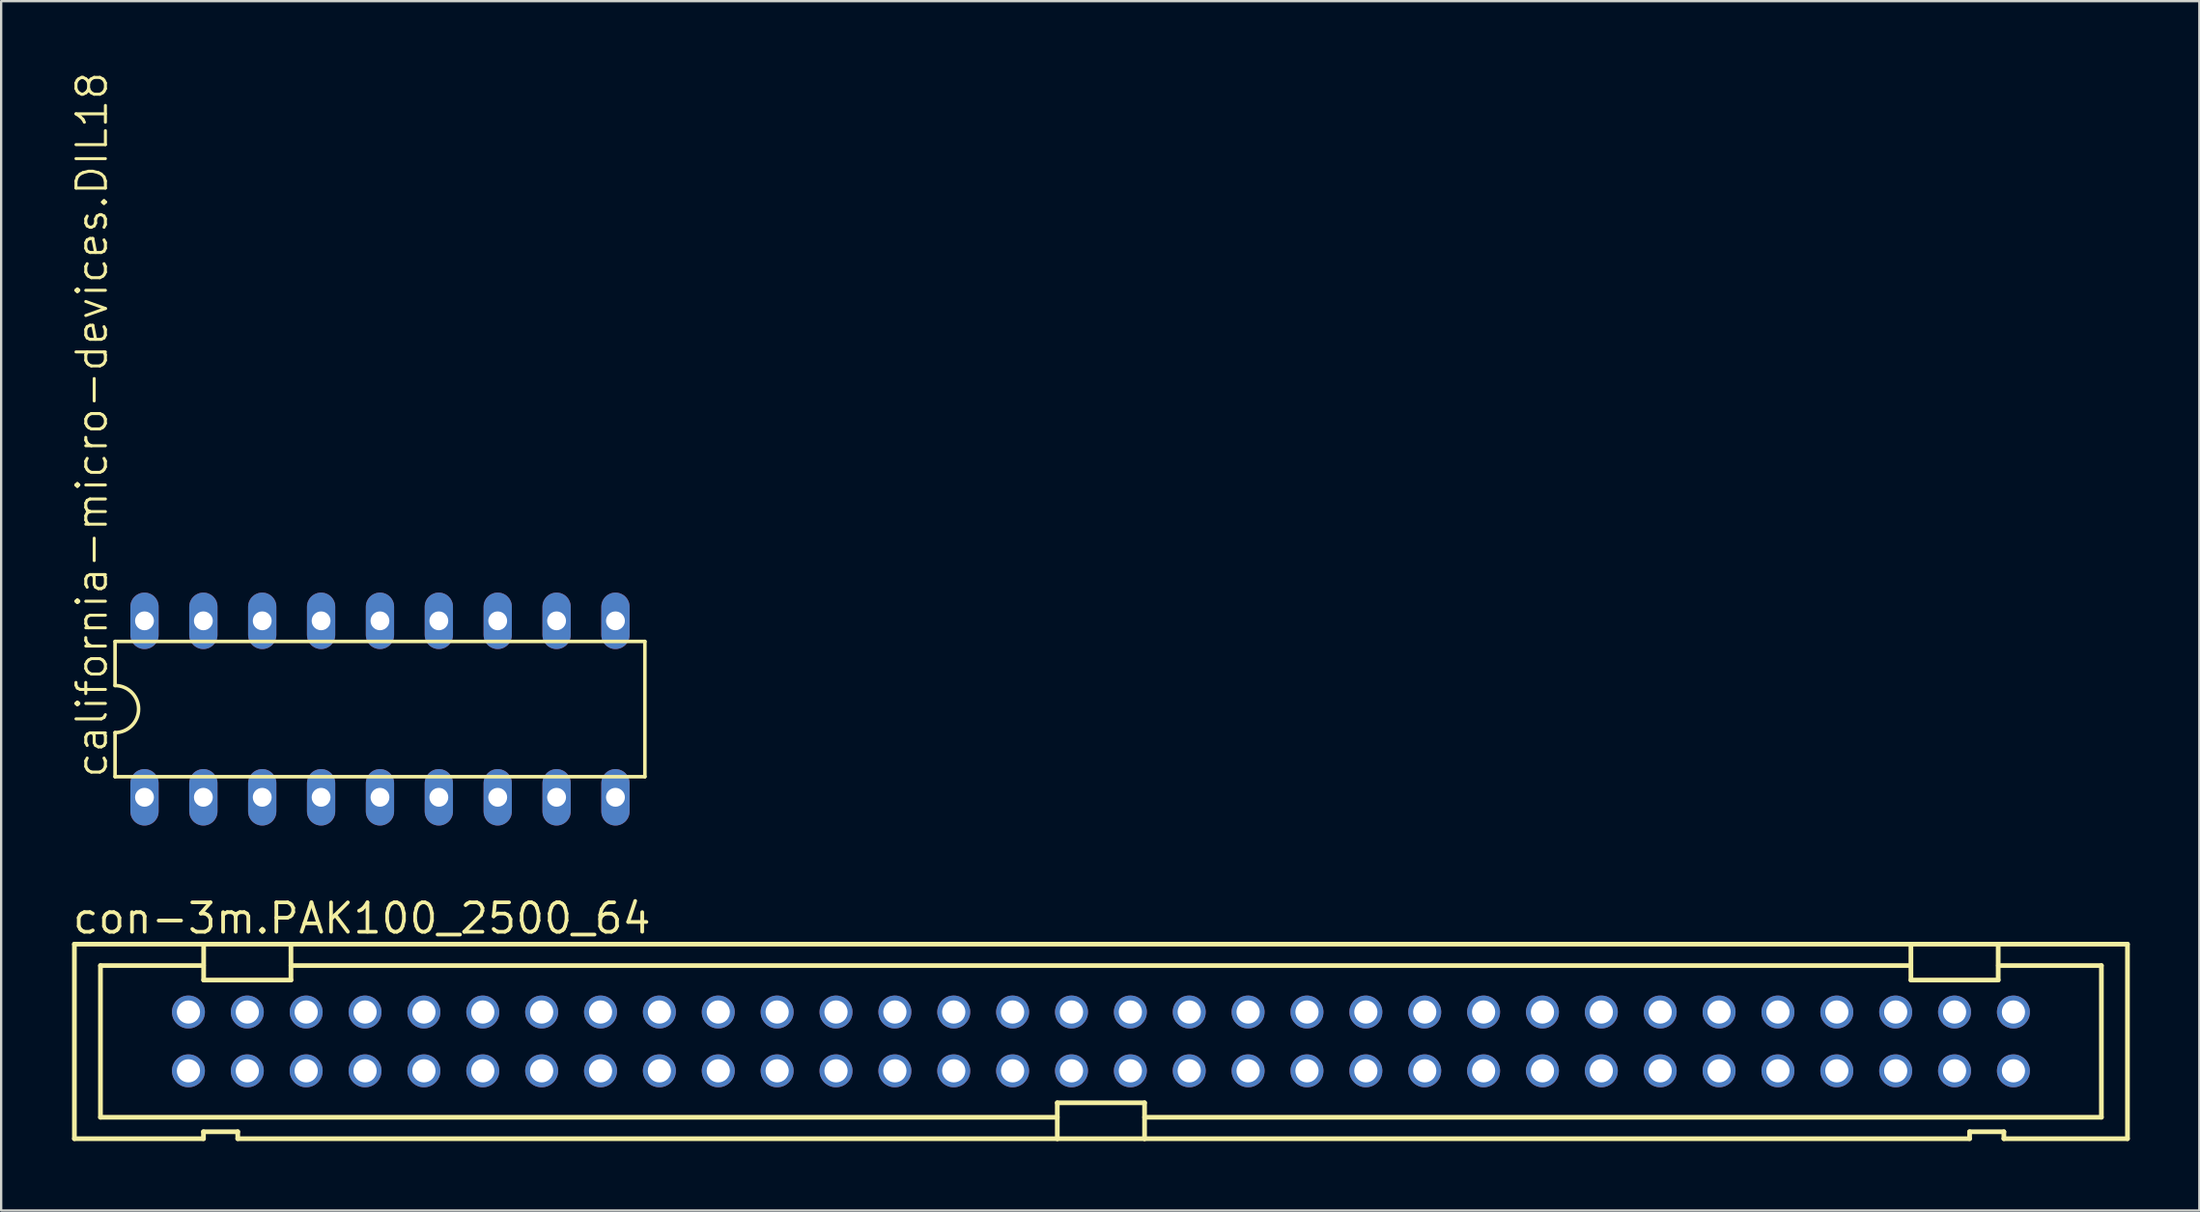
<source format=kicad_pcb>
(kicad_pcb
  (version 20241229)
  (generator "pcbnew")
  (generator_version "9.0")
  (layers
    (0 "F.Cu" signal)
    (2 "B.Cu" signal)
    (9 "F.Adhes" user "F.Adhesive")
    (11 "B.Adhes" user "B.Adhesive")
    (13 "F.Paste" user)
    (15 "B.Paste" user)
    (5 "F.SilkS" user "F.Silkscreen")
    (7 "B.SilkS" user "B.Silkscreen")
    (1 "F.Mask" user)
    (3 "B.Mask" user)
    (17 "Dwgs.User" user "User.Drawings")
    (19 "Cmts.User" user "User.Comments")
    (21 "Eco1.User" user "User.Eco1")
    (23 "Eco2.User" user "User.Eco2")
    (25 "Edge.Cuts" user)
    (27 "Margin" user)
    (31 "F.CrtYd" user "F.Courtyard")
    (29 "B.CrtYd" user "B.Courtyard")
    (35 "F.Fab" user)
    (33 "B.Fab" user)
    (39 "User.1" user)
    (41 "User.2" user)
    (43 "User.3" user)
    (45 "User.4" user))
  (footprint "con-3m.PAK100_2500_64"
    (layer "F.Cu")
    (at 44.45 41.919)
    (property "Reference" "con-3m.PAK100_2500_64" (at -44.45 -4.572 0) (layer "F.SilkS") (effects (font (size 1.27 1.27) (thickness 0.16)) (justify left bottom)))
    (attr through_hole)
    (fp_line (start -44.29 -4.2) (end -38.713 -4.2) (stroke (width 0.203) (type default)) (layer "F.SilkS"))
    (fp_line (start -44.29 4.2) (end -44.29 -4.2) (stroke (width 0.203) (type default)) (layer "F.SilkS"))
    (fp_line (start -43.165 -3.275) (end -38.72 -3.275) (stroke (width 0.203) (type default)) (layer "F.SilkS"))
    (fp_line (start -43.165 3.275) (end -43.165 -3.275) (stroke (width 0.203) (type default)) (layer "F.SilkS"))
    (fp_line (start -38.721 3.9) (end -38.721 4.2) (stroke (width 0.203) (type default)) (layer "F.SilkS"))
    (fp_line (start -38.721 4.2) (end -44.29 4.2) (stroke (width 0.203) (type default)) (layer "F.SilkS"))
    (fp_line (start -38.713 -4.2) (end -38.713 -2.65) (stroke (width 0.203) (type default)) (layer "F.SilkS"))
    (fp_line (start -38.713 -4.2) (end -34.947 -4.2) (stroke (width 0.203) (type default)) (layer "F.SilkS"))
    (fp_line (start -38.713 -2.65) (end -34.947 -2.65) (stroke (width 0.203) (type default)) (layer "F.SilkS"))
    (fp_line (start -37.242 3.9) (end -38.721 3.9) (stroke (width 0.203) (type default)) (layer "F.SilkS"))
    (fp_line (start -37.242 4.2) (end -37.242 3.9) (stroke (width 0.203) (type default)) (layer "F.SilkS"))
    (fp_line (start -34.947 -4.2) (end 34.947 -4.2) (stroke (width 0.203) (type default)) (layer "F.SilkS"))
    (fp_line (start -34.947 -2.65) (end -34.947 -4.2) (stroke (width 0.203) (type default)) (layer "F.SilkS"))
    (fp_line (start -34.945 -3.275) (end 34.945 -3.275) (stroke (width 0.203) (type default)) (layer "F.SilkS"))
    (fp_line (start -1.883 2.65) (end -1.883 4.2) (stroke (width 0.203) (type default)) (layer "F.SilkS"))
    (fp_line (start -1.883 3.275) (end -43.165 3.275) (stroke (width 0.203) (type default)) (layer "F.SilkS"))
    (fp_line (start -1.883 4.2) (end -37.242 4.2) (stroke (width 0.203) (type default)) (layer "F.SilkS"))
    (fp_line (start 1.883 2.65) (end -1.883 2.65) (stroke (width 0.203) (type default)) (layer "F.SilkS"))
    (fp_line (start 1.883 4.2) (end -1.883 4.2) (stroke (width 0.203) (type default)) (layer "F.SilkS"))
    (fp_line (start 1.883 4.2) (end 1.883 2.65) (stroke (width 0.203) (type default)) (layer "F.SilkS"))
    (fp_line (start 34.947 -4.2) (end 34.947 -2.65) (stroke (width 0.203) (type default)) (layer "F.SilkS"))
    (fp_line (start 34.947 -4.2) (end 38.713 -4.2) (stroke (width 0.203) (type default)) (layer "F.SilkS"))
    (fp_line (start 34.947 -2.65) (end 38.713 -2.65) (stroke (width 0.203) (type default)) (layer "F.SilkS"))
    (fp_line (start 37.479 3.9) (end 37.479 4.2) (stroke (width 0.203) (type default)) (layer "F.SilkS"))
    (fp_line (start 37.479 4.2) (end 1.883 4.2) (stroke (width 0.203) (type default)) (layer "F.SilkS"))
    (fp_line (start 38.713 -4.2) (end 44.29 -4.2) (stroke (width 0.203) (type default)) (layer "F.SilkS"))
    (fp_line (start 38.713 -2.65) (end 38.713 -4.2) (stroke (width 0.203) (type default)) (layer "F.SilkS"))
    (fp_line (start 38.72 -3.275) (end 43.165 -3.275) (stroke (width 0.203) (type default)) (layer "F.SilkS"))
    (fp_line (start 38.958 3.9) (end 37.479 3.9) (stroke (width 0.203) (type default)) (layer "F.SilkS"))
    (fp_line (start 38.958 4.2) (end 38.958 3.9) (stroke (width 0.203) (type default)) (layer "F.SilkS"))
    (fp_line (start 43.165 -3.275) (end 43.165 3.275) (stroke (width 0.203) (type default)) (layer "F.SilkS"))
    (fp_line (start 43.165 3.275) (end 1.883 3.275) (stroke (width 0.203) (type default)) (layer "F.SilkS"))
    (fp_line (start 44.29 -4.2) (end 44.29 4.2) (stroke (width 0.203) (type default)) (layer "F.SilkS"))
    (fp_line (start 44.29 4.2) (end 38.958 4.2) (stroke (width 0.203) (type default)) (layer "F.SilkS"))
    (pad "1" thru_hole circle (at -39.37 1.27) (size 1.422 1.422) (drill 1) (layers "*.Cu" "*.Mask"))
    (pad "2" thru_hole circle (at -39.37 -1.27) (size 1.422 1.422) (drill 1) (layers "*.Cu" "*.Mask"))
    (pad "3" thru_hole circle (at -36.83 1.27) (size 1.422 1.422) (drill 1) (layers "*.Cu" "*.Mask"))
    (pad "4" thru_hole circle (at -36.83 -1.27) (size 1.422 1.422) (drill 1) (layers "*.Cu" "*.Mask"))
    (pad "5" thru_hole circle (at -34.29 1.27) (size 1.422 1.422) (drill 1) (layers "*.Cu" "*.Mask"))
    (pad "6" thru_hole circle (at -34.29 -1.27) (size 1.422 1.422) (drill 1) (layers "*.Cu" "*.Mask"))
    (pad "7" thru_hole circle (at -31.75 1.27) (size 1.422 1.422) (drill 1) (layers "*.Cu" "*.Mask"))
    (pad "8" thru_hole circle (at -31.75 -1.27) (size 1.422 1.422) (drill 1) (layers "*.Cu" "*.Mask"))
    (pad "9" thru_hole circle (at -29.21 1.27) (size 1.422 1.422) (drill 1) (layers "*.Cu" "*.Mask"))
    (pad "10" thru_hole circle (at -29.21 -1.27) (size 1.422 1.422) (drill 1) (layers "*.Cu" "*.Mask"))
    (pad "11" thru_hole circle (at -26.67 1.27) (size 1.422 1.422) (drill 1) (layers "*.Cu" "*.Mask"))
    (pad "12" thru_hole circle (at -26.67 -1.27) (size 1.422 1.422) (drill 1) (layers "*.Cu" "*.Mask"))
    (pad "13" thru_hole circle (at -24.13 1.27) (size 1.422 1.422) (drill 1) (layers "*.Cu" "*.Mask"))
    (pad "14" thru_hole circle (at -24.13 -1.27) (size 1.422 1.422) (drill 1) (layers "*.Cu" "*.Mask"))
    (pad "15" thru_hole circle (at -21.59 1.27) (size 1.422 1.422) (drill 1) (layers "*.Cu" "*.Mask"))
    (pad "16" thru_hole circle (at -21.59 -1.27) (size 1.422 1.422) (drill 1) (layers "*.Cu" "*.Mask"))
    (pad "17" thru_hole circle (at -19.05 1.27) (size 1.422 1.422) (drill 1) (layers "*.Cu" "*.Mask"))
    (pad "18" thru_hole circle (at -19.05 -1.27) (size 1.422 1.422) (drill 1) (layers "*.Cu" "*.Mask"))
    (pad "19" thru_hole circle (at -16.51 1.27) (size 1.422 1.422) (drill 1) (layers "*.Cu" "*.Mask"))
    (pad "20" thru_hole circle (at -16.51 -1.27) (size 1.422 1.422) (drill 1) (layers "*.Cu" "*.Mask"))
    (pad "21" thru_hole circle (at -13.97 1.27) (size 1.422 1.422) (drill 1) (layers "*.Cu" "*.Mask"))
    (pad "22" thru_hole circle (at -13.97 -1.27) (size 1.422 1.422) (drill 1) (layers "*.Cu" "*.Mask"))
    (pad "23" thru_hole circle (at -11.43 1.27) (size 1.422 1.422) (drill 1) (layers "*.Cu" "*.Mask"))
    (pad "24" thru_hole circle (at -11.43 -1.27) (size 1.422 1.422) (drill 1) (layers "*.Cu" "*.Mask"))
    (pad "25" thru_hole circle (at -8.89 1.27) (size 1.422 1.422) (drill 1) (layers "*.Cu" "*.Mask"))
    (pad "26" thru_hole circle (at -8.89 -1.27) (size 1.422 1.422) (drill 1) (layers "*.Cu" "*.Mask"))
    (pad "27" thru_hole circle (at -6.35 1.27) (size 1.422 1.422) (drill 1) (layers "*.Cu" "*.Mask"))
    (pad "28" thru_hole circle (at -6.35 -1.27) (size 1.422 1.422) (drill 1) (layers "*.Cu" "*.Mask"))
    (pad "29" thru_hole circle (at -3.81 1.27) (size 1.422 1.422) (drill 1) (layers "*.Cu" "*.Mask"))
    (pad "30" thru_hole circle (at -3.81 -1.27) (size 1.422 1.422) (drill 1) (layers "*.Cu" "*.Mask"))
    (pad "31" thru_hole circle (at -1.27 1.27) (size 1.422 1.422) (drill 1) (layers "*.Cu" "*.Mask"))
    (pad "32" thru_hole circle (at -1.27 -1.27) (size 1.422 1.422) (drill 1) (layers "*.Cu" "*.Mask"))
    (pad "33" thru_hole circle (at 1.27 1.27) (size 1.422 1.422) (drill 1) (layers "*.Cu" "*.Mask"))
    (pad "34" thru_hole circle (at 1.27 -1.27) (size 1.422 1.422) (drill 1) (layers "*.Cu" "*.Mask"))
    (pad "35" thru_hole circle (at 3.81 1.27) (size 1.422 1.422) (drill 1) (layers "*.Cu" "*.Mask"))
    (pad "36" thru_hole circle (at 3.81 -1.27) (size 1.422 1.422) (drill 1) (layers "*.Cu" "*.Mask"))
    (pad "37" thru_hole circle (at 6.35 1.27) (size 1.422 1.422) (drill 1) (layers "*.Cu" "*.Mask"))
    (pad "38" thru_hole circle (at 6.35 -1.27) (size 1.422 1.422) (drill 1) (layers "*.Cu" "*.Mask"))
    (pad "39" thru_hole circle (at 8.89 1.27) (size 1.422 1.422) (drill 1) (layers "*.Cu" "*.Mask"))
    (pad "40" thru_hole circle (at 8.89 -1.27) (size 1.422 1.422) (drill 1) (layers "*.Cu" "*.Mask"))
    (pad "41" thru_hole circle (at 11.43 1.27) (size 1.422 1.422) (drill 1) (layers "*.Cu" "*.Mask"))
    (pad "42" thru_hole circle (at 11.43 -1.27) (size 1.422 1.422) (drill 1) (layers "*.Cu" "*.Mask"))
    (pad "43" thru_hole circle (at 13.97 1.27) (size 1.422 1.422) (drill 1) (layers "*.Cu" "*.Mask"))
    (pad "44" thru_hole circle (at 13.97 -1.27) (size 1.422 1.422) (drill 1) (layers "*.Cu" "*.Mask"))
    (pad "45" thru_hole circle (at 16.51 1.27) (size 1.422 1.422) (drill 1) (layers "*.Cu" "*.Mask"))
    (pad "46" thru_hole circle (at 16.51 -1.27) (size 1.422 1.422) (drill 1) (layers "*.Cu" "*.Mask"))
    (pad "47" thru_hole circle (at 19.05 1.27) (size 1.422 1.422) (drill 1) (layers "*.Cu" "*.Mask"))
    (pad "48" thru_hole circle (at 19.05 -1.27) (size 1.422 1.422) (drill 1) (layers "*.Cu" "*.Mask"))
    (pad "49" thru_hole circle (at 21.59 1.27) (size 1.422 1.422) (drill 1) (layers "*.Cu" "*.Mask"))
    (pad "50" thru_hole circle (at 21.59 -1.27) (size 1.422 1.422) (drill 1) (layers "*.Cu" "*.Mask"))
    (pad "51" thru_hole circle (at 24.13 1.27) (size 1.422 1.422) (drill 1) (layers "*.Cu" "*.Mask"))
    (pad "52" thru_hole circle (at 24.13 -1.27) (size 1.422 1.422) (drill 1) (layers "*.Cu" "*.Mask"))
    (pad "53" thru_hole circle (at 26.67 1.27) (size 1.422 1.422) (drill 1) (layers "*.Cu" "*.Mask"))
    (pad "54" thru_hole circle (at 26.67 -1.27) (size 1.422 1.422) (drill 1) (layers "*.Cu" "*.Mask"))
    (pad "55" thru_hole circle (at 29.21 1.27) (size 1.422 1.422) (drill 1) (layers "*.Cu" "*.Mask"))
    (pad "56" thru_hole circle (at 29.21 -1.27) (size 1.422 1.422) (drill 1) (layers "*.Cu" "*.Mask"))
    (pad "57" thru_hole circle (at 31.75 1.27) (size 1.422 1.422) (drill 1) (layers "*.Cu" "*.Mask"))
    (pad "58" thru_hole circle (at 31.75 -1.27) (size 1.422 1.422) (drill 1) (layers "*.Cu" "*.Mask"))
    (pad "59" thru_hole circle (at 34.29 1.27) (size 1.422 1.422) (drill 1) (layers "*.Cu" "*.Mask"))
    (pad "60" thru_hole circle (at 34.29 -1.27) (size 1.422 1.422) (drill 1) (layers "*.Cu" "*.Mask"))
    (pad "61" thru_hole circle (at 36.83 1.27) (size 1.422 1.422) (drill 1) (layers "*.Cu" "*.Mask"))
    (pad "62" thru_hole circle (at 36.83 -1.27) (size 1.422 1.422) (drill 1) (layers "*.Cu" "*.Mask"))
    (pad "63" thru_hole circle (at 39.37 1.27) (size 1.422 1.422) (drill 1) (layers "*.Cu" "*.Mask"))
    (pad "64" thru_hole circle (at 39.37 -1.27) (size 1.422 1.422) (drill 1) (layers "*.Cu" "*.Mask")))
  (footprint "california-micro-devices.DIL18"
    (layer "F.Cu")
    (at 13.344 27.568)
    (property "Reference" "california-micro-devices.DIL18" (at -11.684 3.048 90) (layer "F.SilkS") (effects (font (size 1.27 1.27) (thickness 0.13)) (justify left bottom)))
    (attr through_hole)
    (fp_line (start -11.43 -2.921) (end -11.43 -1.016) (stroke (width 0.152) (type default)) (layer "F.SilkS"))
    (fp_line (start -11.43 2.921) (end -11.43 1.016) (stroke (width 0.152) (type default)) (layer "F.SilkS"))
    (fp_line (start -11.43 2.921) (end 11.43 2.921) (stroke (width 0.152) (type default)) (layer "F.SilkS"))
    (fp_line (start 11.43 -2.921) (end -11.43 -2.921) (stroke (width 0.152) (type default)) (layer "F.SilkS"))
    (fp_line (start 11.43 -2.921) (end 11.43 2.921) (stroke (width 0.152) (type default)) (layer "F.SilkS"))
    (fp_arc (start -11.43 -1.016) (mid -10.414 0) (end -11.43 1.016) (stroke (width 0.1524) (type default)) (layer "F.SilkS"))
    (pad "1" thru_hole oval (at -10.16 3.81 90) (size 2.438 1.219) (drill 0.813) (layers "*.Cu" "*.Mask"))
    (pad "2" thru_hole oval (at -7.62 3.81 90) (size 2.438 1.219) (drill 0.813) (layers "*.Cu" "*.Mask"))
    (pad "3" thru_hole oval (at -5.08 3.81 90) (size 2.438 1.219) (drill 0.813) (layers "*.Cu" "*.Mask"))
    (pad "4" thru_hole oval (at -2.54 3.81 90) (size 2.438 1.219) (drill 0.813) (layers "*.Cu" "*.Mask"))
    (pad "5" thru_hole oval (at 0 3.81 90) (size 2.438 1.219) (drill 0.813) (layers "*.Cu" "*.Mask"))
    (pad "6" thru_hole oval (at 2.54 3.81 90) (size 2.438 1.219) (drill 0.813) (layers "*.Cu" "*.Mask"))
    (pad "7" thru_hole oval (at 5.08 3.81 90) (size 2.438 1.219) (drill 0.813) (layers "*.Cu" "*.Mask"))
    (pad "8" thru_hole oval (at 7.62 3.81 90) (size 2.438 1.219) (drill 0.813) (layers "*.Cu" "*.Mask"))
    (pad "9" thru_hole oval (at 10.16 3.81 90) (size 2.438 1.219) (drill 0.813) (layers "*.Cu" "*.Mask"))
    (pad "10" thru_hole oval (at 10.16 -3.81 90) (size 2.438 1.219) (drill 0.813) (layers "*.Cu" "*.Mask"))
    (pad "11" thru_hole oval (at 7.62 -3.81 90) (size 2.438 1.219) (drill 0.813) (layers "*.Cu" "*.Mask"))
    (pad "12" thru_hole oval (at 5.08 -3.81 90) (size 2.438 1.219) (drill 0.813) (layers "*.Cu" "*.Mask"))
    (pad "13" thru_hole oval (at 2.54 -3.81 90) (size 2.438 1.219) (drill 0.813) (layers "*.Cu" "*.Mask"))
    (pad "14" thru_hole oval (at 0 -3.81 90) (size 2.438 1.219) (drill 0.813) (layers "*.Cu" "*.Mask"))
    (pad "15" thru_hole oval (at -2.54 -3.81 90) (size 2.438 1.219) (drill 0.813) (layers "*.Cu" "*.Mask"))
    (pad "16" thru_hole oval (at -5.08 -3.81 90) (size 2.438 1.219) (drill 0.813) (layers "*.Cu" "*.Mask"))
    (pad "17" thru_hole oval (at -7.62 -3.81 90) (size 2.438 1.219) (drill 0.813) (layers "*.Cu" "*.Mask"))
    (pad "18" thru_hole oval (at -10.16 -3.81 90) (size 2.438 1.219) (drill 0.813) (layers "*.Cu" "*.Mask")))
  (gr_rect
    (start -3 -3)
    (end 91.842 49.221)
    (stroke (width 0.1) (type default))
    (fill no)
    (layer "Edge.Cuts")))
</source>
